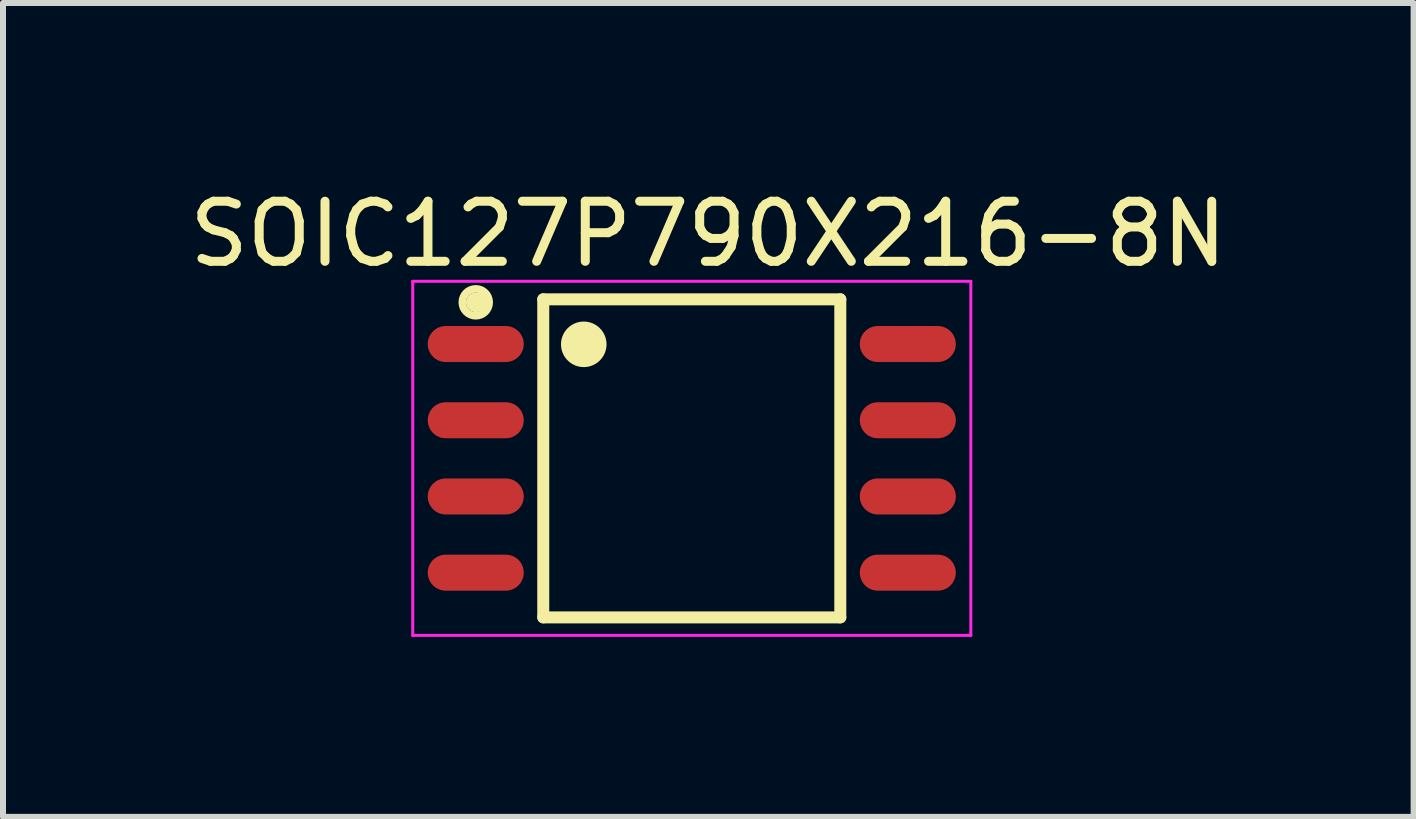
<source format=kicad_pcb>
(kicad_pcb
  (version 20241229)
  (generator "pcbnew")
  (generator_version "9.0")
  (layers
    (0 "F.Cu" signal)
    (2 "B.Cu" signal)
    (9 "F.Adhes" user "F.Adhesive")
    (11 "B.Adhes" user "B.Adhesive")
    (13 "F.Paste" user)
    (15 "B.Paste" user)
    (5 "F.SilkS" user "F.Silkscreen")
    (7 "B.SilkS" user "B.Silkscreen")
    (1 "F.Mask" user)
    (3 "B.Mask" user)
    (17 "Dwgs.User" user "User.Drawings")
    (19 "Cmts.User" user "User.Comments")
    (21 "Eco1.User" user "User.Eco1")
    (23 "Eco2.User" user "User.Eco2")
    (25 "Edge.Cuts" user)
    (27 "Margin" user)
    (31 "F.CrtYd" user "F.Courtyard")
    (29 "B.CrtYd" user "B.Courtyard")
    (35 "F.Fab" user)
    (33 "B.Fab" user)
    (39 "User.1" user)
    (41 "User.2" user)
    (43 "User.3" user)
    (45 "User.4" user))
  (footprint "SOIC127P790X216-8N"
    (layer "F.Cu")
    (at 8.478 4.588)
    (property "Reference" "SOIC127P790X216-8N" (at 0.275 -3.739 0) (layer "F.SilkS") (effects (font (size 1.001 1.001) (thickness 0.15))))
    (attr smd)
    (fp_line (start -2.475 -2.65) (end 2.475 -2.65) (stroke (width 0.2) (type solid)) (layer "F.SilkS"))
    (fp_line (start -2.475 2.65) (end -2.475 -2.65) (stroke (width 0.2) (type solid)) (layer "F.SilkS"))
    (fp_line (start 2.475 -2.65) (end 2.475 2.65) (stroke (width 0.2) (type solid)) (layer "F.SilkS"))
    (fp_line (start 2.475 2.65) (end -2.475 2.65) (stroke (width 0.2) (type solid)) (layer "F.SilkS"))
    (fp_circle (center -3.6 -2.6) (end -3.5 -2.6) (stroke (width 0.127) (type solid)) (fill no) (layer "F.SilkS"))
    (fp_circle (center -3.6 -2.6) (end -3.376 -2.6) (stroke (width 0.127) (type solid)) (fill no) (layer "F.SilkS"))
    (fp_circle (center -3.5 -2.6) (end -3.4 -2.6) (stroke (width 0.127) (type solid)) (fill no) (layer "F.SilkS"))
    (fp_circle (center -1.8 -1.9) (end -1.7 -1.9) (stroke (width 0.127) (type solid)) (fill no) (layer "F.SilkS"))
    (fp_circle (center -1.8 -1.9) (end -1.659 -1.9) (stroke (width 0.127) (type solid)) (fill no) (layer "F.SilkS"))
    (fp_circle (center -1.8 -1.9) (end -1.576 -1.9) (stroke (width 0.127) (type solid)) (fill no) (layer "F.SilkS"))
    (fp_circle (center -1.8 -1.9) (end -1.484 -1.9) (stroke (width 0.127) (type solid)) (fill no) (layer "F.SilkS"))
    (fp_circle (center -1.8 -1.8) (end -1.7 -1.8) (stroke (width 0.127) (type solid)) (fill no) (layer "F.SilkS"))
    (fp_line (start -4.65 -2.95) (end 4.65 -2.95) (stroke (width 0.05) (type solid)) (layer "F.CrtYd"))
    (fp_line (start -4.65 2.95) (end -4.65 -2.95) (stroke (width 0.05) (type solid)) (layer "F.CrtYd"))
    (fp_line (start 4.65 -2.95) (end 4.65 2.95) (stroke (width 0.05) (type solid)) (layer "F.CrtYd"))
    (fp_line (start 4.65 2.95) (end -4.65 2.95) (stroke (width 0.05) (type solid)) (layer "F.CrtYd"))
    (pad "1" smd oval (at -3.6 -1.905) (size 1.6 0.6) (layers "F.Cu" "F.Mask" "F.Paste"))
    (pad "2" smd oval (at -3.6 -0.635) (size 1.6 0.6) (layers "F.Cu" "F.Mask" "F.Paste"))
    (pad "3" smd oval (at -3.6 0.635) (size 1.6 0.6) (layers "F.Cu" "F.Mask" "F.Paste"))
    (pad "4" smd oval (at -3.6 1.905) (size 1.6 0.6) (layers "F.Cu" "F.Mask" "F.Paste"))
    (pad "5" smd oval (at 3.6 1.905 180) (size 1.6 0.6) (layers "F.Cu" "F.Mask" "F.Paste"))
    (pad "6" smd oval (at 3.6 0.635 180) (size 1.6 0.6) (layers "F.Cu" "F.Mask" "F.Paste"))
    (pad "7" smd oval (at 3.6 -0.635 180) (size 1.6 0.6) (layers "F.Cu" "F.Mask" "F.Paste"))
    (pad "8" smd oval (at 3.6 -1.905 180) (size 1.6 0.6) (layers "F.Cu" "F.Mask" "F.Paste")))
  (gr_rect
    (start -3 -3)
    (end 20.507 10.563)
    (stroke (width 0.1) (type default))
    (fill no)
    (layer "Edge.Cuts")))
</source>
